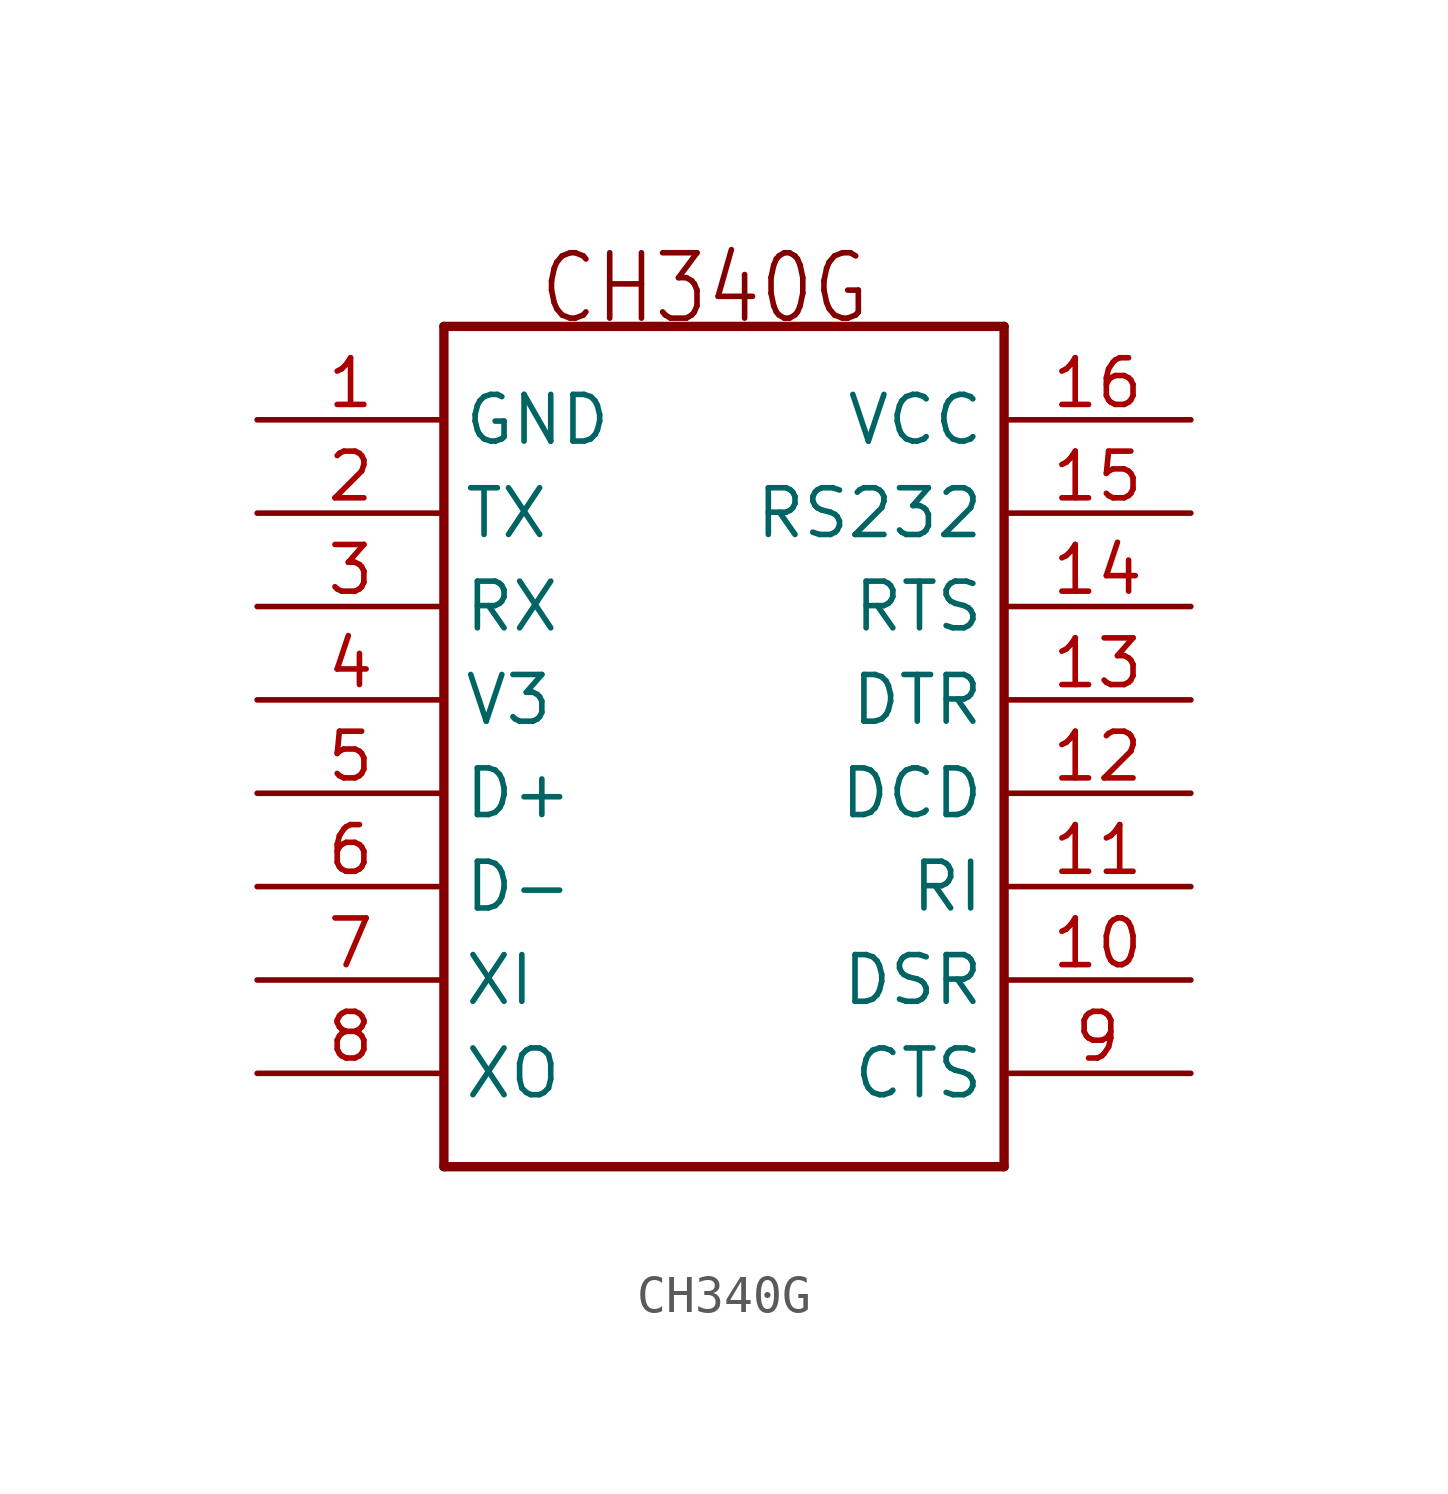
<source format=kicad_sym>
(kicad_symbol_lib
  (version 20211014)
  (generator kicad_symbol_editor)
  (symbol "CH340G"
    (property "Reference" ""
      (at 0 0 0)
      (effects (font (size 1.27 1.27)) hide))
    (property "ki_locked" ""
      (at 0 0 0)
      (effects (font (size 1.27 1.27))))
    (symbol "CH340G_1_0"
      (polyline (pts (xy -7.62 -10.16) (xy -7.62 12.7)) (stroke (width 0.254) (type default) (color 0 0 0 0)) (fill (type none)))
      (polyline (pts (xy -7.62 12.7) (xy 7.62 12.7)) (stroke (width 0.254) (type default) (color 0 0 0 0)) (fill (type none)))
      (polyline (pts (xy 7.62 -10.16) (xy -7.62 -10.16)) (stroke (width 0.254) (type default) (color 0 0 0 0)) (fill (type none)))
      (polyline (pts (xy 7.62 12.7) (xy 7.62 -10.16)) (stroke (width 0.254) (type default) (color 0 0 0 0)) (fill (type none)))
      (text "CH340G" (at -5.08 12.7 0) (effects (font (size 1.778 1.511)) (justify left bottom)))
      (pin bidirectional line (at -12.7 10.16 0) (length 5.08) (name "GND" (effects (font (size 1.27 1.27)))) (number "1" (effects (font (size 1.27 1.27)))))
      (pin bidirectional line (at 12.7 -5.08 180) (length 5.08) (name "DSR" (effects (font (size 1.27 1.27)))) (number "10" (effects (font (size 1.27 1.27)))))
      (pin bidirectional line (at 12.7 -2.54 180) (length 5.08) (name "RI" (effects (font (size 1.27 1.27)))) (number "11" (effects (font (size 1.27 1.27)))))
      (pin bidirectional line (at 12.7 0 180) (length 5.08) (name "DCD" (effects (font (size 1.27 1.27)))) (number "12" (effects (font (size 1.27 1.27)))))
      (pin bidirectional line (at 12.7 2.54 180) (length 5.08) (name "DTR" (effects (font (size 1.27 1.27)))) (number "13" (effects (font (size 1.27 1.27)))))
      (pin bidirectional line (at 12.7 5.08 180) (length 5.08) (name "RTS" (effects (font (size 1.27 1.27)))) (number "14" (effects (font (size 1.27 1.27)))))
      (pin bidirectional line (at 12.7 7.62 180) (length 5.08) (name "RS232" (effects (font (size 1.27 1.27)))) (number "15" (effects (font (size 1.27 1.27)))))
      (pin bidirectional line (at 12.7 10.16 180) (length 5.08) (name "VCC" (effects (font (size 1.27 1.27)))) (number "16" (effects (font (size 1.27 1.27)))))
      (pin bidirectional line (at -12.7 7.62 0) (length 5.08) (name "TX" (effects (font (size 1.27 1.27)))) (number "2" (effects (font (size 1.27 1.27)))))
      (pin bidirectional line (at -12.7 5.08 0) (length 5.08) (name "RX" (effects (font (size 1.27 1.27)))) (number "3" (effects (font (size 1.27 1.27)))))
      (pin bidirectional line (at -12.7 2.54 0) (length 5.08) (name "V3" (effects (font (size 1.27 1.27)))) (number "4" (effects (font (size 1.27 1.27)))))
      (pin bidirectional line (at -12.7 0 0) (length 5.08) (name "D+" (effects (font (size 1.27 1.27)))) (number "5" (effects (font (size 1.27 1.27)))))
      (pin bidirectional line (at -12.7 -2.54 0) (length 5.08) (name "D-" (effects (font (size 1.27 1.27)))) (number "6" (effects (font (size 1.27 1.27)))))
      (pin bidirectional line (at -12.7 -5.08 0) (length 5.08) (name "XI" (effects (font (size 1.27 1.27)))) (number "7" (effects (font (size 1.27 1.27)))))
      (pin bidirectional line (at -12.7 -7.62 0) (length 5.08) (name "XO" (effects (font (size 1.27 1.27)))) (number "8" (effects (font (size 1.27 1.27)))))
      (pin bidirectional line (at 12.7 -7.62 180) (length 5.08) (name "CTS" (effects (font (size 1.27 1.27)))) (number "9" (effects (font (size 1.27 1.27))))))))
</source>
